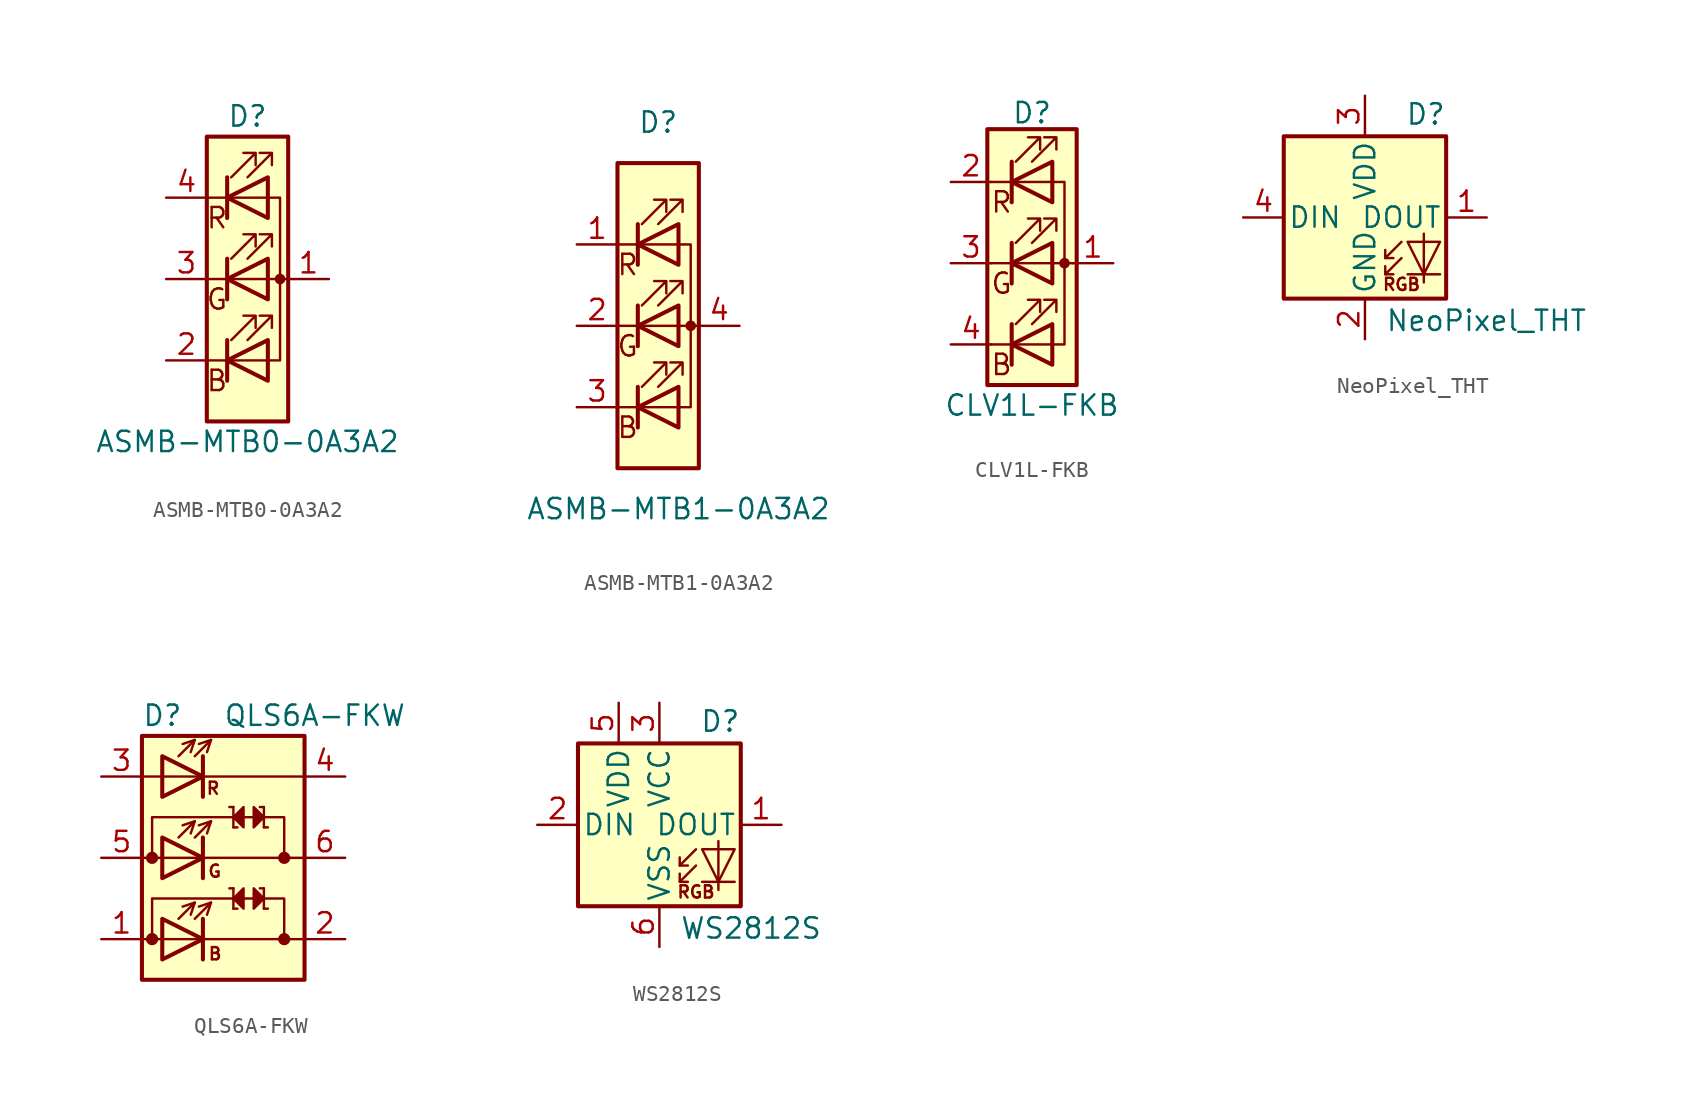
<source format=kicad_sym>
(kicad_symbol_lib
  (version 20200908)
  (generator kicad_symbol_editor)
  (symbol "LED:ASMB-MTB0-0A3A2"
    (pin_names
      (offset 0) hide)
    (property "Reference" "D"
      (at 0 10.16 0)
      (effects (font (size 1.27 1.27))))
    (property "Value" "ASMB-MTB0-0A3A2"
      (at 0 -10.16 0)
      (effects (font (size 1.27 1.27))))
    (symbol "ASMB-MTB0-0A3A2_0_1"
      (circle (center 2.032 0) (radius 0.254) (stroke (width 0)) (fill (type outline)))
      (rectangle (start -2.54 -8.89) (end 2.54 8.89) (stroke (width 0.254)) (fill (type background)))
      (rectangle (start 1.27 6.35) (end 1.27 6.35) (stroke (width 0)) (fill (type none)))
      (polyline (pts (xy -2.54 -5.08) (xy 1.27 -5.08)) (stroke (width 0)) (fill (type none)))
      (polyline (pts (xy -1.27 -3.81) (xy -1.27 -6.35)) (stroke (width 0.254)) (fill (type none)))
      (polyline (pts (xy -1.27 1.27) (xy -1.27 -1.27)) (stroke (width 0.254)) (fill (type none)))
      (polyline (pts (xy -1.27 6.35) (xy -1.27 3.81)) (stroke (width 0.254)) (fill (type none)))
      (polyline (pts (xy 1.27 5.08) (xy -2.54 5.08)) (stroke (width 0)) (fill (type none)))
      (polyline (pts (xy 2.54 0) (xy -2.54 0)) (stroke (width 0)) (fill (type none)))
      (polyline (pts (xy 1.27 -5.08) (xy 2.032 -5.08) (xy 2.032 5.08) (xy 1.27 5.08)) (stroke (width 0)) (fill (type none)))
      (polyline (pts (xy 1.27 -3.81) (xy 1.27 -6.35) (xy -1.27 -5.08) (xy 1.27 -3.81)) (stroke (width 0.254)) (fill (type none)))
      (polyline (pts (xy 1.27 1.27) (xy 1.27 -1.27) (xy -1.27 0) (xy 1.27 1.27)) (stroke (width 0.254)) (fill (type none)))
      (polyline (pts (xy 1.27 6.35) (xy 1.27 3.81) (xy -1.27 5.08) (xy 1.27 6.35)) (stroke (width 0.254)) (fill (type none)))
      (polyline (pts (xy -1.016 -3.81) (xy 0.508 -2.286) (xy -0.254 -2.286) (xy 0.508 -2.286) (xy 0.508 -3.048)) (stroke (width 0)) (fill (type none)))
      (polyline (pts (xy -1.016 1.27) (xy 0.508 2.794) (xy -0.254 2.794) (xy 0.508 2.794) (xy 0.508 2.032)) (stroke (width 0)) (fill (type none)))
      (polyline (pts (xy -1.016 6.35) (xy 0.508 7.874) (xy -0.254 7.874) (xy 0.508 7.874) (xy 0.508 7.112)) (stroke (width 0)) (fill (type none)))
      (polyline (pts (xy 0 -3.81) (xy 1.524 -2.286) (xy 0.762 -2.286) (xy 1.524 -2.286) (xy 1.524 -3.048)) (stroke (width 0)) (fill (type none)))
      (polyline (pts (xy 0 1.27) (xy 1.524 2.794) (xy 0.762 2.794) (xy 1.524 2.794) (xy 1.524 2.032)) (stroke (width 0)) (fill (type none)))
      (polyline (pts (xy 0 6.35) (xy 1.524 7.874) (xy 0.762 7.874) (xy 1.524 7.874) (xy 1.524 7.112)) (stroke (width 0)) (fill (type none))))
    (symbol "ASMB-MTB0-0A3A2_0_0"
      (text "B" (at -1.905 -6.35 0) (effects (font (size 1.27 1.27))))
      (text "G" (at -1.905 -1.27 0) (effects (font (size 1.27 1.27))))
      (text "R" (at -1.905 3.81 0) (effects (font (size 1.27 1.27)))))
    (symbol "ASMB-MTB0-0A3A2_1_1"
      (pin passive line (at 5.08 0 180) (length 2.54) (name "A" (effects (font (size 1.27 1.27)))) (number "1" (effects (font (size 1.27 1.27)))))
      (pin passive line (at -5.08 -5.08 0) (length 2.54) (name "BK" (effects (font (size 1.27 1.27)))) (number "2" (effects (font (size 1.27 1.27)))))
      (pin passive line (at -5.08 0 0) (length 2.54) (name "GK" (effects (font (size 1.27 1.27)))) (number "3" (effects (font (size 1.27 1.27)))))
      (pin passive line (at -5.08 5.08 0) (length 2.54) (name "RK" (effects (font (size 1.27 1.27)))) (number "4" (effects (font (size 1.27 1.27)))))))
  (symbol "LED:ASMB-MTB1-0A3A2"
    (pin_names
      (offset 0) hide)
    (property "Reference" "D"
      (at 0 12.7 0)
      (effects (font (size 1.27 1.27))))
    (property "Value" "ASMB-MTB1-0A3A2"
      (at 1.27 -11.43 0)
      (effects (font (size 1.27 1.27))))
    (symbol "ASMB-MTB1-0A3A2_0_1"
      (circle (center 2.032 0) (radius 0.254) (stroke (width 0)) (fill (type outline)))
      (rectangle (start 1.27 6.35) (end 1.27 6.35) (stroke (width 0)) (fill (type none)))
      (rectangle (start 2.54 -8.89) (end -2.54 10.16) (stroke (width 0.254)) (fill (type background)))
      (polyline (pts (xy -2.54 -5.08) (xy 1.27 -5.08)) (stroke (width 0)) (fill (type none)))
      (polyline (pts (xy -1.27 -3.81) (xy -1.27 -6.35)) (stroke (width 0.254)) (fill (type none)))
      (polyline (pts (xy -1.27 1.27) (xy -1.27 -1.27)) (stroke (width 0.254)) (fill (type none)))
      (polyline (pts (xy -1.27 6.35) (xy -1.27 3.81)) (stroke (width 0.254)) (fill (type none)))
      (polyline (pts (xy 1.27 5.08) (xy -2.54 5.08)) (stroke (width 0)) (fill (type none)))
      (polyline (pts (xy 2.54 0) (xy -2.54 0)) (stroke (width 0)) (fill (type none)))
      (polyline (pts (xy 1.27 -5.08) (xy 2.032 -5.08) (xy 2.032 5.08) (xy 1.27 5.08)) (stroke (width 0)) (fill (type none)))
      (polyline (pts (xy 1.27 -3.81) (xy 1.27 -6.35) (xy -1.27 -5.08) (xy 1.27 -3.81)) (stroke (width 0.254)) (fill (type none)))
      (polyline (pts (xy 1.27 1.27) (xy 1.27 -1.27) (xy -1.27 0) (xy 1.27 1.27)) (stroke (width 0.254)) (fill (type none)))
      (polyline (pts (xy 1.27 6.35) (xy 1.27 3.81) (xy -1.27 5.08) (xy 1.27 6.35)) (stroke (width 0.254)) (fill (type none)))
      (polyline (pts (xy -1.016 -3.81) (xy 0.508 -2.286) (xy -0.254 -2.286) (xy 0.508 -2.286) (xy 0.508 -3.048)) (stroke (width 0)) (fill (type none)))
      (polyline (pts (xy -1.016 1.27) (xy 0.508 2.794) (xy -0.254 2.794) (xy 0.508 2.794) (xy 0.508 2.032)) (stroke (width 0)) (fill (type none)))
      (polyline (pts (xy -1.016 6.35) (xy 0.508 7.874) (xy -0.254 7.874) (xy 0.508 7.874) (xy 0.508 7.112)) (stroke (width 0)) (fill (type none)))
      (polyline (pts (xy 0 -3.81) (xy 1.524 -2.286) (xy 0.762 -2.286) (xy 1.524 -2.286) (xy 1.524 -3.048)) (stroke (width 0)) (fill (type none)))
      (polyline (pts (xy 0 1.27) (xy 1.524 2.794) (xy 0.762 2.794) (xy 1.524 2.794) (xy 1.524 2.032)) (stroke (width 0)) (fill (type none)))
      (polyline (pts (xy 0 6.35) (xy 1.524 7.874) (xy 0.762 7.874) (xy 1.524 7.874) (xy 1.524 7.112)) (stroke (width 0)) (fill (type none))))
    (symbol "ASMB-MTB1-0A3A2_0_0"
      (text "B" (at -1.905 -6.35 0) (effects (font (size 1.27 1.27))))
      (text "G" (at -1.905 -1.27 0) (effects (font (size 1.27 1.27))))
      (text "R" (at -1.905 3.81 0) (effects (font (size 1.27 1.27)))))
    (symbol "ASMB-MTB1-0A3A2_1_1"
      (pin passive line (at -5.08 5.08 0) (length 2.54) (name "RK" (effects (font (size 1.27 1.27)))) (number "1" (effects (font (size 1.27 1.27)))))
      (pin passive line (at -5.08 0 0) (length 2.54) (name "GK" (effects (font (size 1.27 1.27)))) (number "2" (effects (font (size 1.27 1.27)))))
      (pin passive line (at -5.08 -5.08 0) (length 2.54) (name "BK" (effects (font (size 1.27 1.27)))) (number "3" (effects (font (size 1.27 1.27)))))
      (pin passive line (at 5.08 0 180) (length 2.54) (name "A" (effects (font (size 1.27 1.27)))) (number "4" (effects (font (size 1.27 1.27)))))))
  (symbol "LED:CLV1L-FKB"
    (pin_names
      (offset 0) hide)
    (property "Reference" "D"
      (at 0 9.398 0)
      (effects (font (size 1.27 1.27))))
    (property "Value" "CLV1L-FKB"
      (at 0 -8.89 0)
      (effects (font (size 1.27 1.27))))
    (symbol "CLV1L-FKB_0_1"
      (circle (center 2.032 0) (radius 0.254) (stroke (width 0)) (fill (type outline)))
      (rectangle (start 1.27 6.35) (end 1.27 6.35) (stroke (width 0)) (fill (type none)))
      (rectangle (start 2.794 8.382) (end -2.794 -7.62) (stroke (width 0.254)) (fill (type background)))
      (polyline (pts (xy -2.54 -5.08) (xy 1.27 -5.08)) (stroke (width 0)) (fill (type none)))
      (polyline (pts (xy -1.27 -3.81) (xy -1.27 -6.35)) (stroke (width 0.254)) (fill (type none)))
      (polyline (pts (xy -1.27 1.27) (xy -1.27 -1.27)) (stroke (width 0.254)) (fill (type none)))
      (polyline (pts (xy -1.27 6.35) (xy -1.27 3.81)) (stroke (width 0.254)) (fill (type none)))
      (polyline (pts (xy 1.27 5.08) (xy -2.54 5.08)) (stroke (width 0)) (fill (type none)))
      (polyline (pts (xy 2.54 0) (xy -2.54 0)) (stroke (width 0)) (fill (type none)))
      (polyline (pts (xy 1.27 -5.08) (xy 2.032 -5.08) (xy 2.032 5.08) (xy 1.27 5.08)) (stroke (width 0)) (fill (type none)))
      (polyline (pts (xy 1.27 -3.81) (xy 1.27 -6.35) (xy -1.27 -5.08) (xy 1.27 -3.81)) (stroke (width 0.254)) (fill (type none)))
      (polyline (pts (xy 1.27 1.27) (xy 1.27 -1.27) (xy -1.27 0) (xy 1.27 1.27)) (stroke (width 0.254)) (fill (type none)))
      (polyline (pts (xy 1.27 6.35) (xy 1.27 3.81) (xy -1.27 5.08) (xy 1.27 6.35)) (stroke (width 0.254)) (fill (type none)))
      (polyline (pts (xy -1.016 -3.81) (xy 0.508 -2.286) (xy -0.254 -2.286) (xy 0.508 -2.286) (xy 0.508 -3.048)) (stroke (width 0)) (fill (type none)))
      (polyline (pts (xy -1.016 1.27) (xy 0.508 2.794) (xy -0.254 2.794) (xy 0.508 2.794) (xy 0.508 2.032)) (stroke (width 0)) (fill (type none)))
      (polyline (pts (xy -1.016 6.35) (xy 0.508 7.874) (xy -0.254 7.874) (xy 0.508 7.874) (xy 0.508 7.112)) (stroke (width 0)) (fill (type none)))
      (polyline (pts (xy 0 -3.81) (xy 1.524 -2.286) (xy 0.762 -2.286) (xy 1.524 -2.286) (xy 1.524 -3.048)) (stroke (width 0)) (fill (type none)))
      (polyline (pts (xy 0 1.27) (xy 1.524 2.794) (xy 0.762 2.794) (xy 1.524 2.794) (xy 1.524 2.032)) (stroke (width 0)) (fill (type none)))
      (polyline (pts (xy 0 6.35) (xy 1.524 7.874) (xy 0.762 7.874) (xy 1.524 7.874) (xy 1.524 7.112)) (stroke (width 0)) (fill (type none))))
    (symbol "CLV1L-FKB_0_0"
      (text "B" (at -1.905 -6.35 0) (effects (font (size 1.27 1.27))))
      (text "G" (at -1.905 -1.27 0) (effects (font (size 1.27 1.27))))
      (text "R" (at -1.905 3.81 0) (effects (font (size 1.27 1.27)))))
    (symbol "CLV1L-FKB_1_1"
      (pin passive line (at 5.08 0 180) (length 2.54) (name "A" (effects (font (size 1.27 1.27)))) (number "1" (effects (font (size 1.27 1.27)))))
      (pin passive line (at -5.08 5.08 0) (length 2.54) (name "RK" (effects (font (size 1.27 1.27)))) (number "2" (effects (font (size 1.27 1.27)))))
      (pin passive line (at -5.08 0 0) (length 2.54) (name "GK" (effects (font (size 1.27 1.27)))) (number "3" (effects (font (size 1.27 1.27)))))
      (pin passive line (at -5.08 -5.08 0) (length 2.54) (name "BK" (effects (font (size 1.27 1.27)))) (number "4" (effects (font (size 1.27 1.27)))))))
  (symbol "LED:NeoPixel_THT"
    (pin_names
      (offset 0.254))
    (property "Reference" "D"
      (at 5.08 5.715 0)
      (effects (font (size 1.27 1.27)) (justify right bottom)))
    (property "Value" "NeoPixel_THT"
      (at 1.27 -5.715 0)
      (effects (font (size 1.27 1.27)) (justify left top)))
    (symbol "NeoPixel_THT_0_0"
      (text "RGB" (at 2.286 -4.191 0) (effects (font (size 0.762 0.762)))))
    (symbol "NeoPixel_THT_0_1"
      (rectangle (start 5.08 5.08) (end -5.08 -5.08) (stroke (width 0.254)) (fill (type background)))
      (polyline (pts (xy 1.27 -3.556) (xy 1.778 -3.556)) (stroke (width 0)) (fill (type none)))
      (polyline (pts (xy 1.27 -2.54) (xy 1.778 -2.54)) (stroke (width 0)) (fill (type none)))
      (polyline (pts (xy 4.699 -3.556) (xy 2.667 -3.556)) (stroke (width 0)) (fill (type none)))
      (polyline (pts (xy 2.286 -2.54) (xy 1.27 -3.556) (xy 1.27 -3.048)) (stroke (width 0)) (fill (type none)))
      (polyline (pts (xy 2.286 -1.524) (xy 1.27 -2.54) (xy 1.27 -2.032)) (stroke (width 0)) (fill (type none)))
      (polyline (pts (xy 3.683 -1.016) (xy 3.683 -3.556) (xy 3.683 -4.064)) (stroke (width 0)) (fill (type none)))
      (polyline (pts (xy 4.699 -1.524) (xy 2.667 -1.524) (xy 3.683 -3.556) (xy 4.699 -1.524)) (stroke (width 0)) (fill (type none))))
    (symbol "NeoPixel_THT_1_1"
      (pin output line (at 7.62 0 180) (length 2.54) (name "DOUT" (effects (font (size 1.27 1.27)))) (number "1" (effects (font (size 1.27 1.27)))))
      (pin power_in line (at 0 -7.62 90) (length 2.54) (name "GND" (effects (font (size 1.27 1.27)))) (number "2" (effects (font (size 1.27 1.27)))))
      (pin power_in line (at 0 7.62 270) (length 2.54) (name "VDD" (effects (font (size 1.27 1.27)))) (number "3" (effects (font (size 1.27 1.27)))))
      (pin input line (at -7.62 0 0) (length 2.54) (name "DIN" (effects (font (size 1.27 1.27)))) (number "4" (effects (font (size 1.27 1.27)))))))
  (symbol "LED:QLS6A-FKW"
    (pin_names hide)
    (property "Reference" "D"
      (at -5.08 8.89 0)
      (effects (font (size 1.27 1.27)) (justify left)))
    (property "Value" "QLS6A-FKW"
      (at 0 8.89 0)
      (effects (font (size 1.27 1.27)) (justify left)))
    (symbol "QLS6A-FKW_1_1"
      (circle (center -4.445 -5.08) (radius 0.254) (stroke (width 0.254)) (fill (type outline)))
      (circle (center -4.445 0) (radius 0.254) (stroke (width 0.254)) (fill (type outline)))
      (circle (center 3.81 -5.08) (radius 0.254) (stroke (width 0.254)) (fill (type outline)))
      (circle (center 3.81 0) (radius 0.254) (stroke (width 0.254)) (fill (type outline)))
      (polyline (pts (xy -5.08 5.08) (xy 5.08 5.08)) (stroke (width 0)) (fill (type none)))
      (polyline (pts (xy -2.794 -3.81) (xy -1.778 -2.794)) (stroke (width 0)) (fill (type none)))
      (polyline (pts (xy -2.794 1.27) (xy -1.778 2.286)) (stroke (width 0)) (fill (type none)))
      (polyline (pts (xy -2.794 6.35) (xy -1.778 7.366)) (stroke (width 0)) (fill (type none)))
      (polyline (pts (xy -1.778 -3.81) (xy -0.762 -2.794)) (stroke (width 0)) (fill (type none)))
      (polyline (pts (xy -1.778 1.27) (xy -0.762 2.286)) (stroke (width 0)) (fill (type none)))
      (polyline (pts (xy -1.778 6.35) (xy -0.762 7.366)) (stroke (width 0)) (fill (type none)))
      (polyline (pts (xy -2.54 -3.048) (xy -1.778 -2.794) (xy -2.032 -3.556)) (stroke (width 0)) (fill (type none)))
      (polyline (pts (xy -2.54 2.032) (xy -1.778 2.286) (xy -2.032 1.524)) (stroke (width 0)) (fill (type none)))
      (polyline (pts (xy -2.54 7.112) (xy -1.778 7.366) (xy -2.032 6.604)) (stroke (width 0)) (fill (type none)))
      (polyline (pts (xy -1.524 -3.048) (xy -0.762 -2.794) (xy -1.016 -3.556)) (stroke (width 0)) (fill (type none)))
      (polyline (pts (xy -1.524 2.032) (xy -0.762 2.286) (xy -1.016 1.524)) (stroke (width 0)) (fill (type none)))
      (polyline (pts (xy -1.524 7.112) (xy -0.762 7.366) (xy -1.016 6.604)) (stroke (width 0)) (fill (type none)))
      (pin passive line (at -7.62 -5.08 0) (length 2.54) (name "AB" (effects (font (size 1.27 1.27)))) (number "1" (effects (font (size 1.27 1.27)))))
      (pin passive line (at 7.62 -5.08 180) (length 2.54) (name "KB" (effects (font (size 1.27 1.27)))) (number "2" (effects (font (size 1.27 1.27)))))
      (pin passive line (at -7.62 5.08 0) (length 2.54) (name "AR" (effects (font (size 1.27 1.27)))) (number "3" (effects (font (size 1.27 1.27)))))
      (pin passive line (at 7.62 5.08 180) (length 2.54) (name "KR" (effects (font (size 1.27 1.27)))) (number "4" (effects (font (size 1.27 1.27)))))
      (pin passive line (at -7.62 0 0) (length 2.54) (name "AG" (effects (font (size 1.27 1.27)))) (number "5" (effects (font (size 1.27 1.27)))))
      (pin passive line (at 7.62 0 180) (length 2.54) (name "KR" (effects (font (size 1.27 1.27)))) (number "6" (effects (font (size 1.27 1.27))))))
    (symbol "QLS6A-FKW_0_0"
      (text "B" (at -0.508 -5.994 0) (effects (font (size 0.762 0.762))))
      (text "G" (at -0.533 -0.838 0) (effects (font (size 0.762 0.762))))
      (text "R" (at -0.635 4.343 0) (effects (font (size 0.762 0.762)))))
    (symbol "QLS6A-FKW_0_1"
      (rectangle (start -5.08 7.62) (end 5.08 -7.62) (stroke (width 0.254)) (fill (type background)))
      (polyline (pts (xy -5.08 -5.08) (xy 5.08 -5.08)) (stroke (width 0)) (fill (type none)))
      (polyline (pts (xy -5.08 0) (xy 5.08 0)) (stroke (width 0)) (fill (type none)))
      (polyline (pts (xy -1.27 -3.81) (xy -1.27 -6.35)) (stroke (width 0.254)) (fill (type none)))
      (polyline (pts (xy -1.27 1.27) (xy -1.27 -1.27)) (stroke (width 0.254)) (fill (type none)))
      (polyline (pts (xy -1.27 6.35) (xy -1.27 3.81)) (stroke (width 0.254)) (fill (type none)))
      (polyline (pts (xy 0.635 -1.905) (xy 0.381 -1.905)) (stroke (width 0)) (fill (type none)))
      (polyline (pts (xy 0.635 -1.905) (xy 0.635 -3.175)) (stroke (width 0)) (fill (type none)))
      (polyline (pts (xy 0.635 1.905) (xy 0.889 1.905)) (stroke (width 0)) (fill (type none)))
      (polyline (pts (xy 0.635 3.175) (xy 0.381 3.175)) (stroke (width 0)) (fill (type none)))
      (polyline (pts (xy 0.635 3.175) (xy 0.635 1.905)) (stroke (width 0)) (fill (type none)))
      (polyline (pts (xy 0.889 -3.175) (xy 0.635 -3.175)) (stroke (width 0)) (fill (type none)))
      (polyline (pts (xy 2.54 -3.175) (xy 2.794 -3.175)) (stroke (width 0)) (fill (type none)))
      (polyline (pts (xy 2.54 -1.905) (xy 2.286 -1.905)) (stroke (width 0)) (fill (type none)))
      (polyline (pts (xy 2.54 -1.905) (xy 2.54 -3.175)) (stroke (width 0)) (fill (type none)))
      (polyline (pts (xy 2.54 1.905) (xy 2.54 3.175)) (stroke (width 0)) (fill (type none)))
      (polyline (pts (xy 2.54 1.905) (xy 2.794 1.905)) (stroke (width 0)) (fill (type none)))
      (polyline (pts (xy 2.54 3.175) (xy 2.286 3.175)) (stroke (width 0)) (fill (type none)))
      (polyline (pts (xy -4.445 0) (xy -4.445 2.54) (xy 3.81 2.54) (xy 3.81 0)) (stroke (width 0)) (fill (type none)))
      (polyline (pts (xy -3.81 -3.81) (xy -3.81 -6.35) (xy -1.27 -5.08) (xy -3.81 -3.81)) (stroke (width 0.254)) (fill (type none)))
      (polyline (pts (xy -3.81 1.27) (xy -3.81 -1.27) (xy -1.27 0) (xy -3.81 1.27)) (stroke (width 0.254)) (fill (type none)))
      (polyline (pts (xy -3.81 6.35) (xy -1.27 5.08) (xy -3.81 3.81) (xy -3.81 6.35)) (stroke (width 0.254)) (fill (type none)))
      (polyline (pts (xy 0.635 -2.54) (xy 1.27 -3.175) (xy 1.27 -1.905) (xy 0.635 -2.54)) (stroke (width 0)) (fill (type outline)))
      (polyline (pts (xy 1.27 3.175) (xy 1.27 1.905) (xy 0.635 2.54) (xy 1.27 3.175)) (stroke (width 0)) (fill (type outline)))
      (polyline (pts (xy 1.905 -1.905) (xy 1.905 -3.175) (xy 2.54 -2.54) (xy 1.905 -1.905)) (stroke (width 0)) (fill (type outline)))
      (polyline (pts (xy 1.905 3.175) (xy 1.905 1.905) (xy 2.54 2.54) (xy 1.905 3.175)) (stroke (width 0)) (fill (type outline)))
      (polyline (pts (xy 3.81 -5.08) (xy 3.81 -2.54) (xy -4.445 -2.54) (xy -4.445 -5.08)) (stroke (width 0)) (fill (type none)))))
  (symbol "LED:WS2812S"
    (pin_names
      (offset 0.254))
    (property "Reference" "D"
      (at 5.08 5.715 0)
      (effects (font (size 1.27 1.27)) (justify right bottom)))
    (property "Value" "WS2812S"
      (at 1.27 -5.715 0)
      (effects (font (size 1.27 1.27)) (justify left top)))
    (symbol "WS2812S_0_0"
      (text "RGB" (at 2.286 -4.191 0) (effects (font (size 0.762 0.762)))))
    (symbol "WS2812S_0_1"
      (rectangle (start 5.08 5.08) (end -5.08 -5.08) (stroke (width 0.254)) (fill (type background)))
      (polyline (pts (xy 1.27 -3.556) (xy 1.778 -3.556)) (stroke (width 0)) (fill (type none)))
      (polyline (pts (xy 1.27 -2.54) (xy 1.778 -2.54)) (stroke (width 0)) (fill (type none)))
      (polyline (pts (xy 4.699 -3.556) (xy 2.667 -3.556)) (stroke (width 0)) (fill (type none)))
      (polyline (pts (xy 2.286 -2.54) (xy 1.27 -3.556) (xy 1.27 -3.048)) (stroke (width 0)) (fill (type none)))
      (polyline (pts (xy 2.286 -1.524) (xy 1.27 -2.54) (xy 1.27 -2.032)) (stroke (width 0)) (fill (type none)))
      (polyline (pts (xy 3.683 -1.016) (xy 3.683 -3.556) (xy 3.683 -4.064)) (stroke (width 0)) (fill (type none)))
      (polyline (pts (xy 4.699 -1.524) (xy 2.667 -1.524) (xy 3.683 -3.556) (xy 4.699 -1.524)) (stroke (width 0)) (fill (type none))))
    (symbol "WS2812S_1_1"
      (pin output line (at 7.62 0 180) (length 2.54) (name "DOUT" (effects (font (size 1.27 1.27)))) (number "1" (effects (font (size 1.27 1.27)))))
      (pin input line (at -7.62 0 0) (length 2.54) (name "DIN" (effects (font (size 1.27 1.27)))) (number "2" (effects (font (size 1.27 1.27)))))
      (pin power_in line (at 0 7.62 270) (length 2.54) (name "VCC" (effects (font (size 1.27 1.27)))) (number "3" (effects (font (size 1.27 1.27)))))
      (pin unconnected line (at 5.08 2.54 180) (length 2.54) hide (name "NC" (effects (font (size 1.27 1.27)))) (number "4" (effects (font (size 1.27 1.27)))))
      (pin power_in line (at -2.54 7.62 270) (length 2.54) (name "VDD" (effects (font (size 1.27 1.27)))) (number "5" (effects (font (size 1.27 1.27)))))
      (pin power_in line (at 0 -7.62 90) (length 2.54) (name "VSS" (effects (font (size 1.27 1.27)))) (number "6" (effects (font (size 1.27 1.27))))))))
</source>
